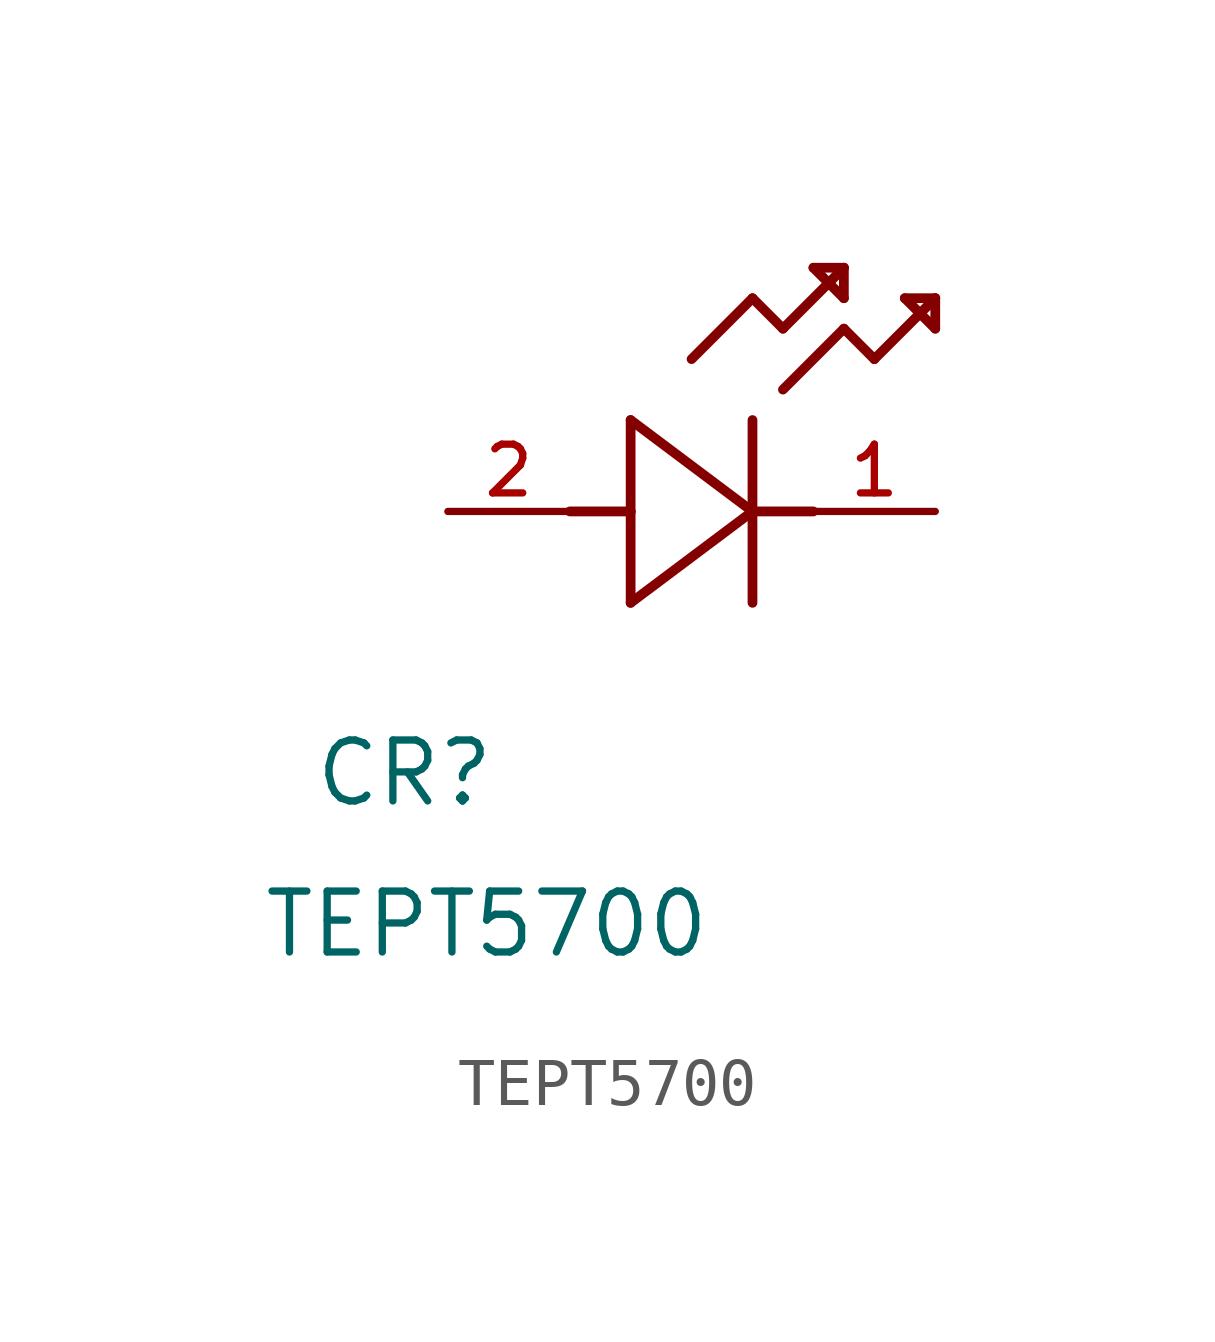
<source format=kicad_sym>
(kicad_symbol_lib
  (version 20211014)
  (generator kicad_symbol_editor)
  (symbol "TEPT5700"
    (pin_names
      (offset 1.016))
    (property "Reference" "CR"
      (at -2.819 -6.198 0.0)
      (effects (font (size 1.27 1.27)) (justify bottom left)))
    (property "Value" "TEPT5700"
      (at -3.886 -9.347 0.0)
      (effects (font (size 1.27 1.27)) (justify bottom left)))
    (symbol "TEPT5700_0_0"
      (polyline (pts (xy 3.81 1.905) (xy 3.81 0.0)) (stroke (width 0.203)))
      (polyline (pts (xy 3.81 0.0) (xy 3.81 -1.905)) (stroke (width 0.203)))
      (polyline (pts (xy 2.54 0.0) (xy 3.81 0.0)) (stroke (width 0.203)))
      (polyline (pts (xy 6.35 -1.905) (xy 6.35 0.0)) (stroke (width 0.203)))
      (polyline (pts (xy 6.35 0.0) (xy 6.35 1.905)) (stroke (width 0.203)))
      (polyline (pts (xy 6.35 0.0) (xy 7.62 0.0)) (stroke (width 0.203)))
      (polyline (pts (xy 6.35 4.445) (xy 6.985 3.81)) (stroke (width 0.203)))
      (polyline (pts (xy 6.985 3.81) (xy 8.255 5.08)) (stroke (width 0.203)))
      (polyline (pts (xy 8.255 3.81) (xy 8.89 3.175)) (stroke (width 0.203)))
      (polyline (pts (xy 8.89 3.175) (xy 10.16 4.445)) (stroke (width 0.203)))
      (polyline (pts (xy 8.255 5.08) (xy 7.62 5.08)) (stroke (width 0.203)))
      (polyline (pts (xy 7.62 5.08) (xy 8.255 4.445)) (stroke (width 0.203)))
      (polyline (pts (xy 8.255 4.445) (xy 8.255 5.08)) (stroke (width 0.203)))
      (polyline (pts (xy 10.16 4.445) (xy 9.525 4.445)) (stroke (width 0.203)))
      (polyline (pts (xy 9.525 4.445) (xy 10.16 3.81)) (stroke (width 0.203)))
      (polyline (pts (xy 10.16 3.81) (xy 10.16 4.445)) (stroke (width 0.203)))
      (polyline (pts (xy 6.985 2.54) (xy 8.255 3.81)) (stroke (width 0.203)))
      (polyline (pts (xy 6.35 0.0) (xy 3.81 1.905)) (stroke (width 0.203)))
      (polyline (pts (xy 3.81 -1.905) (xy 6.35 0.0)) (stroke (width 0.203)))
      (polyline (pts (xy 5.08 3.175) (xy 6.35 4.445)) (stroke (width 0.203)))
      (pin passive line (at 0.0 0.0 0) (length 2.54) (name "~" (effects (font (size 1.016 1.016)))) (number "2" (effects (font (size 1.016 1.016)))))
      (pin passive line (at 10.16 0.0 180.0) (length 2.54) (name "~" (effects (font (size 1.016 1.016)))) (number "1" (effects (font (size 1.016 1.016))))))))
</source>
